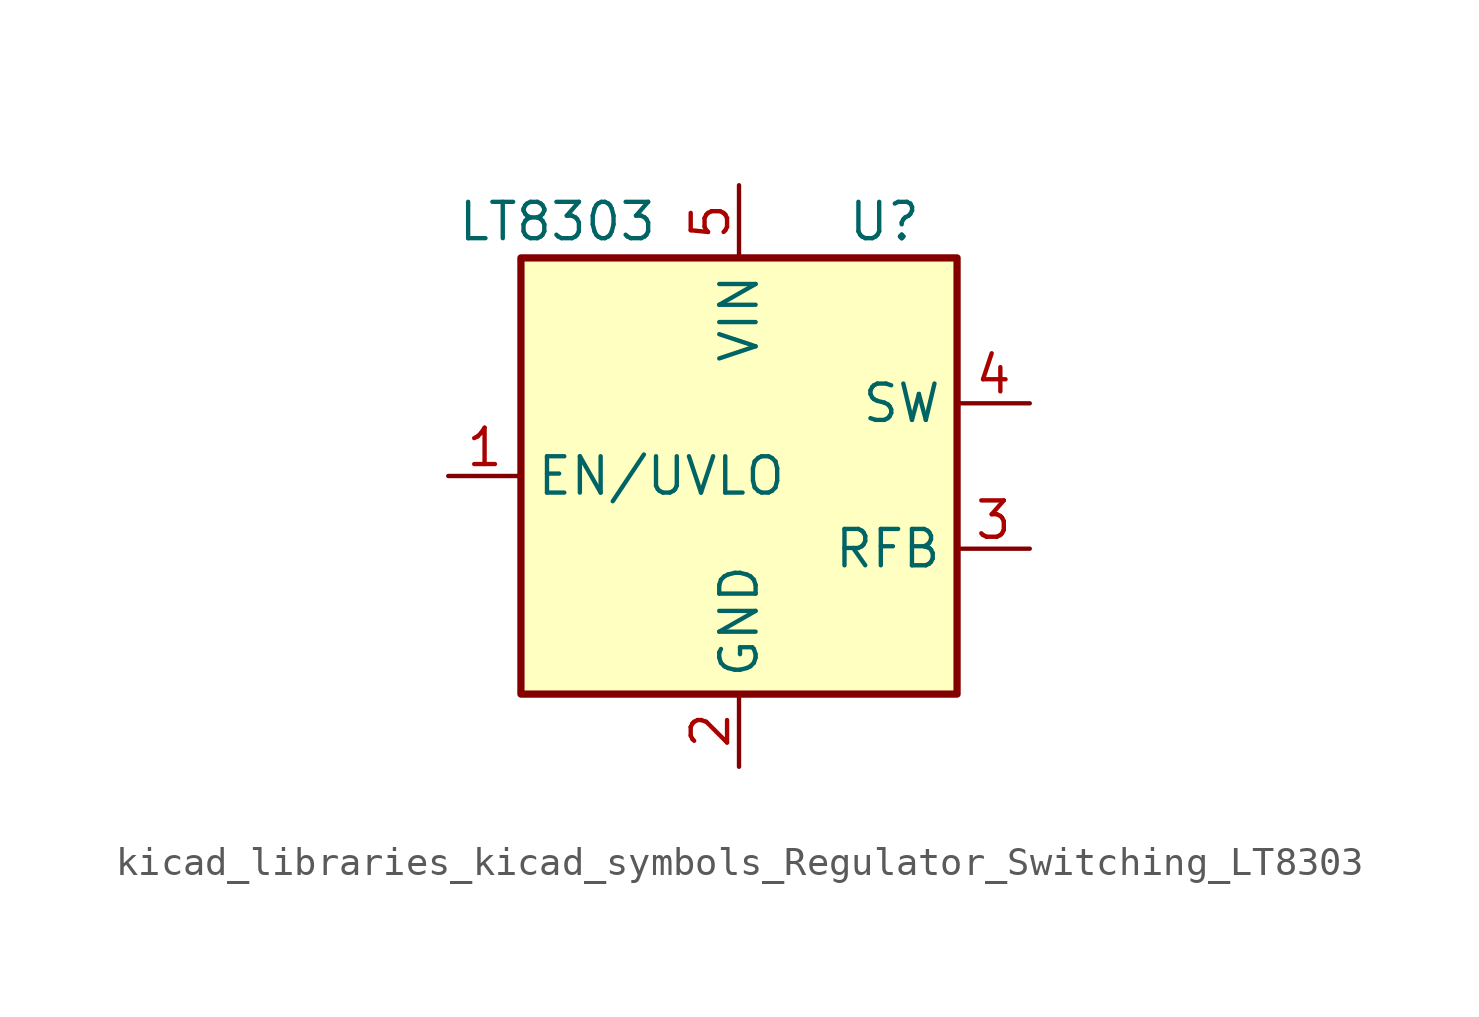
<source format=kicad_sym>
(kicad_symbol_lib
  (version 20220914)
  (generator kicad_symbol_editor)
  (symbol "kicad_libraries_kicad_symbols_Regulator_Switching_LT8303"
    (property "Reference" "U"
      (at 5.08 8.89 0)
      (effects (font (size 1.27 1.27))))
    (property "Value" "LT8303"
      (at -6.35 8.89 0)
      (effects (font (size 1.27 1.27))))
    (symbol "kicad_libraries_kicad_symbols_Regulator_Switching_LT8303_0_1"
      (rectangle (start 7.62 7.62) (end -7.62 -7.62) (stroke (width 0.254) (type default)) (fill (type background))))
    (symbol "kicad_libraries_kicad_symbols_Regulator_Switching_LT8303_1_1"
      (pin input line (at -10.16 0 0) (length 2.54) (name "EN/UVLO" (effects (font (size 1.27 1.27)))) (number "1" (effects (font (size 1.27 1.27)))))
      (pin power_in line (at 0 -10.16 90) (length 2.54) (name "GND" (effects (font (size 1.27 1.27)))) (number "2" (effects (font (size 1.27 1.27)))))
      (pin input line (at 10.16 -2.54 180) (length 2.54) (name "RFB" (effects (font (size 1.27 1.27)))) (number "3" (effects (font (size 1.27 1.27)))))
      (pin open_collector line (at 10.16 2.54 180) (length 2.54) (name "SW" (effects (font (size 1.27 1.27)))) (number "4" (effects (font (size 1.27 1.27)))))
      (pin power_in line (at 0 10.16 270) (length 2.54) (name "VIN" (effects (font (size 1.27 1.27)))) (number "5" (effects (font (size 1.27 1.27))))))))
</source>
